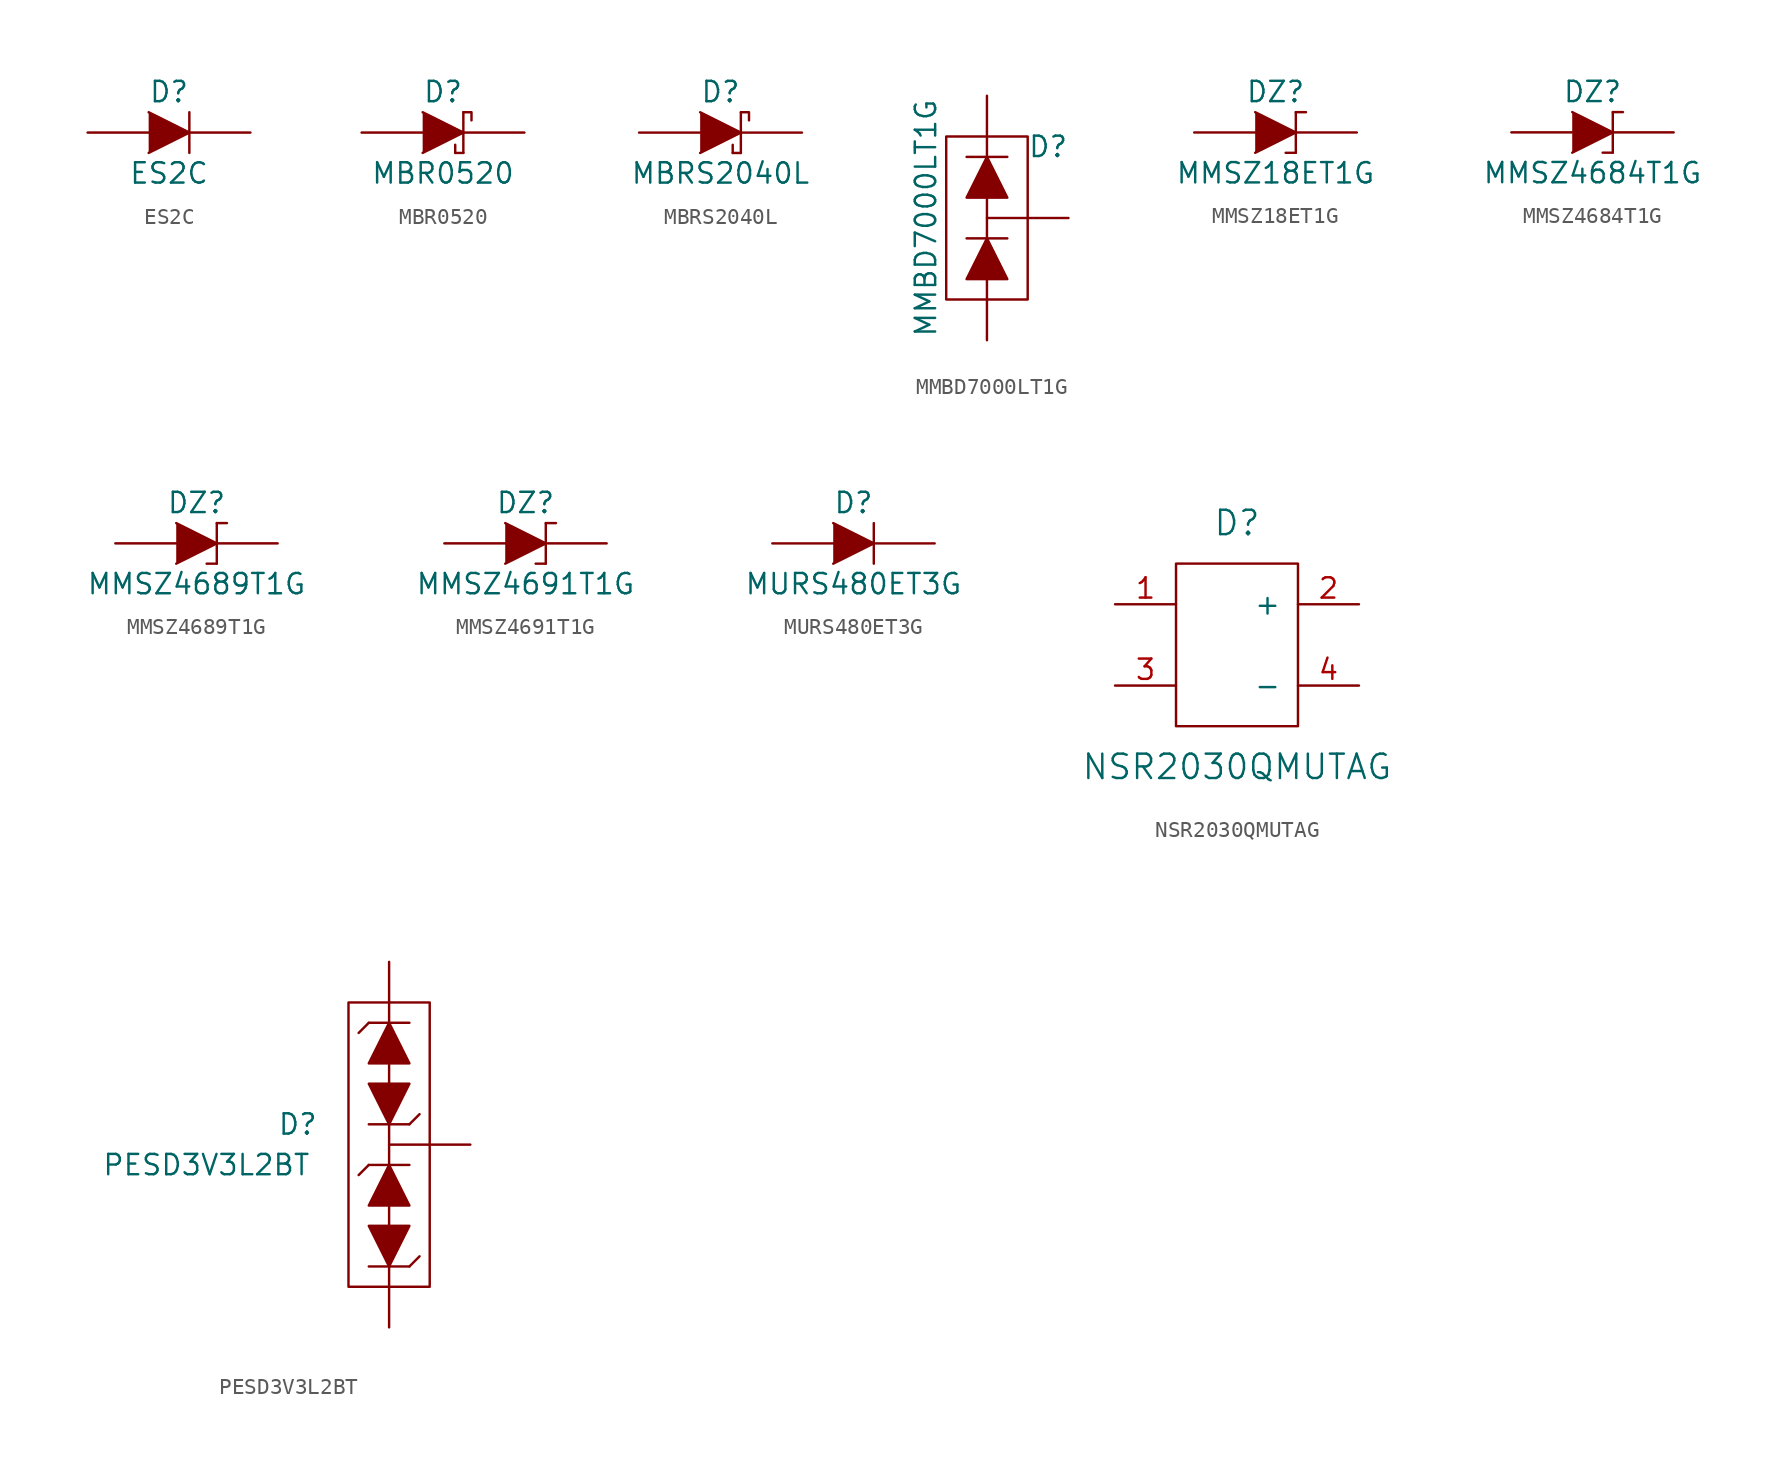
<source format=kicad_sym>
(kicad_symbol_lib
  (version 20201005)
  (generator kicad_symbol_editor)
  (symbol "ES2C"
    (pin_numbers hide)
    (pin_names
      (offset 1.016) hide)
    (property "Reference" "D"
      (at 0 2.54 0)
      (effects (font (size 1.27 1.27))))
    (property "Value" "ES2C"
      (at 0 -2.54 0)
      (effects (font (size 1.27 1.27))))
    (symbol "ES2C_0_1"
      (polyline (pts (xy 1.27 1.27) (xy 1.27 -1.27)) (stroke (width 0.152)) (fill (type none)))
      (polyline (pts (xy -1.27 1.27) (xy 1.27 0) (xy -1.27 -1.27)) (stroke (width 0)) (fill (type outline))))
    (symbol "ES2C_1_1"
      (pin passive line (at -5.08 0 0) (length 3.81) (name "A" (effects (font (size 1.016 1.016)))) (number "1" (effects (font (size 1.016 1.016)))))
      (pin passive line (at 5.08 0 180) (length 3.81) (name "K" (effects (font (size 1.016 1.016)))) (number "2" (effects (font (size 1.016 1.016)))))))
  (symbol "MBR0520"
    (pin_numbers hide)
    (pin_names
      (offset 1.016) hide)
    (property "Reference" "D"
      (at 0 2.54 0)
      (effects (font (size 1.27 1.27))))
    (property "Value" "MBR0520"
      (at 0 -2.54 0)
      (effects (font (size 1.27 1.27))))
    (symbol "MBR0520_0_1"
      (polyline (pts (xy 0.762 -1.27) (xy 0.762 -0.762)) (stroke (width 0)) (fill (type none)))
      (polyline (pts (xy 0.762 -1.27) (xy 1.27 -1.27)) (stroke (width 0)) (fill (type none)))
      (polyline (pts (xy 1.27 1.27) (xy 1.27 -1.27)) (stroke (width 0.152)) (fill (type none)))
      (polyline (pts (xy -1.27 1.27) (xy 1.27 0) (xy -1.27 -1.27)) (stroke (width 0)) (fill (type outline)))
      (polyline (pts (xy 1.27 1.27) (xy 1.778 1.27) (xy 1.778 0.762)) (stroke (width 0)) (fill (type none))))
    (symbol "MBR0520_1_1"
      (pin passive line (at -5.08 0 0) (length 3.81) (name "A" (effects (font (size 1.016 1.016)))) (number "1" (effects (font (size 1.016 1.016)))))
      (pin passive line (at 5.08 0 180) (length 3.81) (name "K" (effects (font (size 1.016 1.016)))) (number "2" (effects (font (size 1.016 1.016)))))))
  (symbol "MBRS2040L"
    (pin_numbers hide)
    (pin_names
      (offset 1.016) hide)
    (property "Reference" "D"
      (at 0 2.54 0)
      (effects (font (size 1.27 1.27))))
    (property "Value" "MBRS2040L"
      (at 0 -2.54 0)
      (effects (font (size 1.27 1.27))))
    (symbol "MBRS2040L_0_1"
      (polyline (pts (xy 0.762 -1.27) (xy 0.762 -0.762)) (stroke (width 0)) (fill (type none)))
      (polyline (pts (xy 0.762 -1.27) (xy 1.27 -1.27)) (stroke (width 0)) (fill (type none)))
      (polyline (pts (xy 1.27 1.27) (xy 1.27 -1.27)) (stroke (width 0.152)) (fill (type none)))
      (polyline (pts (xy -1.27 1.27) (xy 1.27 0) (xy -1.27 -1.27)) (stroke (width 0)) (fill (type outline)))
      (polyline (pts (xy 1.27 1.27) (xy 1.778 1.27) (xy 1.778 0.762)) (stroke (width 0)) (fill (type none))))
    (symbol "MBRS2040L_1_1"
      (pin passive line (at -5.08 0 0) (length 3.81) (name "A" (effects (font (size 1.016 1.016)))) (number "1" (effects (font (size 1.016 1.016)))))
      (pin passive line (at 5.08 0 180) (length 3.81) (name "K" (effects (font (size 1.016 1.016)))) (number "2" (effects (font (size 1.016 1.016)))))))
  (symbol "MMBD7000LT1G"
    (pin_numbers hide)
    (pin_names
      (offset 1.016) hide)
    (property "Reference" "D"
      (at 3.81 4.445 0)
      (effects (font (size 1.27 1.27))))
    (property "Value" "MMBD7000LT1G"
      (at -3.81 0 90)
      (effects (font (size 1.27 1.27))))
    (symbol "MMBD7000LT1G_0_1"
      (rectangle (start -2.54 5.08) (end 2.54 -5.08) (stroke (width 0)) (fill (type none)))
      (polyline (pts (xy -1.27 -1.27) (xy 1.27 -1.27)) (stroke (width 0)) (fill (type none)))
      (polyline (pts (xy -1.27 3.81) (xy 1.27 3.81)) (stroke (width 0)) (fill (type none)))
      (polyline (pts (xy 0 -1.27) (xy 0 1.27)) (stroke (width 0)) (fill (type none)))
      (polyline (pts (xy -1.27 1.27) (xy 1.27 1.27) (xy 0 3.81) (xy -1.27 1.27)) (stroke (width 0)) (fill (type outline)))
      (polyline (pts (xy 0 -1.27) (xy -1.27 -3.81) (xy 1.27 -3.81) (xy 0 -1.27)) (stroke (width 0)) (fill (type outline))))
    (symbol "MMBD7000LT1G_1_1"
      (pin passive line (at 0 -7.62 90) (length 3.81) (name "A" (effects (font (size 1.016 1.016)))) (number "1" (effects (font (size 1.016 1.016)))))
      (pin passive line (at 0 7.62 270) (length 3.81) (name "K" (effects (font (size 1.016 1.016)))) (number "2" (effects (font (size 1.016 1.016)))))
      (pin unspecified line (at 5.08 0 180) (length 5.08) (name "C" (effects (font (size 1.27 1.27)))) (number "3" (effects (font (size 1.27 1.27)))))))
  (symbol "MMSZ18ET1G"
    (pin_numbers hide)
    (pin_names
      (offset 1.016) hide)
    (property "Reference" "DZ"
      (at 0 2.54 0)
      (effects (font (size 1.27 1.27))))
    (property "Value" "MMSZ18ET1G"
      (at 0 -2.54 0)
      (effects (font (size 1.27 1.27))))
    (symbol "MMSZ18ET1G_0_1"
      (polyline (pts (xy 0.635 -1.27) (xy 1.27 -1.27)) (stroke (width 0)) (fill (type none)))
      (polyline (pts (xy 1.27 1.27) (xy 1.27 -1.27)) (stroke (width 0.152)) (fill (type none)))
      (polyline (pts (xy 1.27 1.27) (xy 1.905 1.27)) (stroke (width 0)) (fill (type none)))
      (polyline (pts (xy -1.27 1.27) (xy 1.27 0) (xy -1.27 -1.27)) (stroke (width 0)) (fill (type outline))))
    (symbol "MMSZ18ET1G_1_1"
      (pin passive line (at -5.08 0 0) (length 3.81) (name "A" (effects (font (size 1.016 1.016)))) (number "1" (effects (font (size 1.016 1.016)))))
      (pin passive line (at 5.08 0 180) (length 3.81) (name "K" (effects (font (size 1.016 1.016)))) (number "2" (effects (font (size 1.016 1.016)))))))
  (symbol "MMSZ4684T1G"
    (pin_numbers hide)
    (pin_names
      (offset 1.016) hide)
    (property "Reference" "DZ"
      (at 0 2.54 0)
      (effects (font (size 1.27 1.27))))
    (property "Value" "MMSZ4684T1G"
      (at 0 -2.54 0)
      (effects (font (size 1.27 1.27))))
    (symbol "MMSZ4684T1G_0_1"
      (polyline (pts (xy 0.635 -1.27) (xy 1.27 -1.27)) (stroke (width 0)) (fill (type none)))
      (polyline (pts (xy 1.27 1.27) (xy 1.27 -1.27)) (stroke (width 0.152)) (fill (type none)))
      (polyline (pts (xy 1.27 1.27) (xy 1.905 1.27)) (stroke (width 0)) (fill (type none)))
      (polyline (pts (xy -1.27 1.27) (xy 1.27 0) (xy -1.27 -1.27)) (stroke (width 0)) (fill (type outline))))
    (symbol "MMSZ4684T1G_1_1"
      (pin passive line (at -5.08 0 0) (length 3.81) (name "A" (effects (font (size 1.016 1.016)))) (number "1" (effects (font (size 1.016 1.016)))))
      (pin passive line (at 5.08 0 180) (length 3.81) (name "K" (effects (font (size 1.016 1.016)))) (number "2" (effects (font (size 1.016 1.016)))))))
  (symbol "MMSZ4689T1G"
    (pin_numbers hide)
    (pin_names
      (offset 1.016) hide)
    (property "Reference" "DZ"
      (at 0 2.54 0)
      (effects (font (size 1.27 1.27))))
    (property "Value" "MMSZ4689T1G"
      (at 0 -2.54 0)
      (effects (font (size 1.27 1.27))))
    (symbol "MMSZ4689T1G_0_1"
      (polyline (pts (xy 0.635 -1.27) (xy 1.27 -1.27)) (stroke (width 0)) (fill (type none)))
      (polyline (pts (xy 1.27 1.27) (xy 1.27 -1.27)) (stroke (width 0.152)) (fill (type none)))
      (polyline (pts (xy 1.27 1.27) (xy 1.905 1.27)) (stroke (width 0)) (fill (type none)))
      (polyline (pts (xy -1.27 1.27) (xy 1.27 0) (xy -1.27 -1.27)) (stroke (width 0)) (fill (type outline))))
    (symbol "MMSZ4689T1G_1_1"
      (pin passive line (at -5.08 0 0) (length 3.81) (name "A" (effects (font (size 1.016 1.016)))) (number "1" (effects (font (size 1.016 1.016)))))
      (pin passive line (at 5.08 0 180) (length 3.81) (name "K" (effects (font (size 1.016 1.016)))) (number "2" (effects (font (size 1.016 1.016)))))))
  (symbol "MMSZ4691T1G"
    (pin_numbers hide)
    (pin_names
      (offset 1.016) hide)
    (property "Reference" "DZ"
      (at 0 2.54 0)
      (effects (font (size 1.27 1.27))))
    (property "Value" "MMSZ4691T1G"
      (at 0 -2.54 0)
      (effects (font (size 1.27 1.27))))
    (symbol "MMSZ4691T1G_0_1"
      (polyline (pts (xy 0.635 -1.27) (xy 1.27 -1.27)) (stroke (width 0)) (fill (type none)))
      (polyline (pts (xy 1.27 1.27) (xy 1.27 -1.27)) (stroke (width 0.152)) (fill (type none)))
      (polyline (pts (xy 1.27 1.27) (xy 1.905 1.27)) (stroke (width 0)) (fill (type none)))
      (polyline (pts (xy -1.27 1.27) (xy 1.27 0) (xy -1.27 -1.27)) (stroke (width 0)) (fill (type outline))))
    (symbol "MMSZ4691T1G_1_1"
      (pin passive line (at -5.08 0 0) (length 3.81) (name "A" (effects (font (size 1.016 1.016)))) (number "1" (effects (font (size 1.016 1.016)))))
      (pin passive line (at 5.08 0 180) (length 3.81) (name "K" (effects (font (size 1.016 1.016)))) (number "2" (effects (font (size 1.016 1.016)))))))
  (symbol "MURS480ET3G"
    (pin_numbers hide)
    (pin_names
      (offset 1.016) hide)
    (property "Reference" "D"
      (at 0 2.54 0)
      (effects (font (size 1.27 1.27))))
    (property "Value" "MURS480ET3G"
      (at 0 -2.54 0)
      (effects (font (size 1.27 1.27))))
    (symbol "MURS480ET3G_0_1"
      (polyline (pts (xy 1.27 1.27) (xy 1.27 -1.27)) (stroke (width 0.152)) (fill (type none)))
      (polyline (pts (xy -1.27 1.27) (xy 1.27 0) (xy -1.27 -1.27)) (stroke (width 0)) (fill (type outline))))
    (symbol "MURS480ET3G_1_1"
      (pin passive line (at -5.08 0 0) (length 3.81) (name "A" (effects (font (size 1.016 1.016)))) (number "1" (effects (font (size 1.016 1.016)))))
      (pin passive line (at 5.08 0 180) (length 3.81) (name "K" (effects (font (size 1.016 1.016)))) (number "2" (effects (font (size 1.016 1.016)))))))
  (symbol "NSR2030QMUTAG"
    (pin_names
      (offset 1.016))
    (property "Reference" "D"
      (at 0 7.62 0)
      (effects (font (size 1.524 1.524))))
    (property "Value" "NSR2030QMUTAG"
      (at 0 -7.62 0)
      (effects (font (size 1.524 1.524))))
    (symbol "NSR2030QMUTAG_0_1"
      (rectangle (start -3.81 5.08) (end 3.81 -5.08) (stroke (width 0)) (fill (type none))))
    (symbol "NSR2030QMUTAG_1_1"
      (pin power_in line (at -7.62 2.54 0) (length 3.81) (name "~~" (effects (font (size 1.27 1.27)))) (number "1" (effects (font (size 1.27 1.27)))))
      (pin power_out line (at 7.62 2.54 180) (length 3.81) (name "+" (effects (font (size 1.27 1.27)))) (number "2" (effects (font (size 1.27 1.27)))))
      (pin power_in line (at -7.62 -2.54 0) (length 3.81) (name "~~" (effects (font (size 1.27 1.27)))) (number "3" (effects (font (size 1.27 1.27)))))
      (pin power_out line (at 7.62 -2.54 180) (length 3.81) (name "-" (effects (font (size 1.27 1.27)))) (number "4" (effects (font (size 1.27 1.27)))))))
  (symbol "PESD3V3L2BT"
    (pin_numbers hide)
    (pin_names
      (offset 1.016) hide)
    (property "Reference" "D"
      (at -5.715 1.27 0)
      (effects (font (size 1.27 1.27))))
    (property "Value" "PESD3V3L2BT"
      (at -11.43 -1.27 0)
      (effects (font (size 1.27 1.27))))
    (symbol "PESD3V3L2BT_0_1"
      (rectangle (start -2.54 8.89) (end 2.54 -8.89) (stroke (width 0)) (fill (type none)))
      (polyline (pts (xy -1.27 -7.62) (xy 1.27 -7.62)) (stroke (width 0)) (fill (type none)))
      (polyline (pts (xy -1.27 -1.27) (xy -1.905 -1.905)) (stroke (width 0)) (fill (type none)))
      (polyline (pts (xy -1.27 -1.27) (xy 1.27 -1.27)) (stroke (width 0)) (fill (type none)))
      (polyline (pts (xy -1.27 1.27) (xy 1.27 1.27)) (stroke (width 0)) (fill (type none)))
      (polyline (pts (xy -1.27 7.62) (xy -1.905 6.985)) (stroke (width 0)) (fill (type none)))
      (polyline (pts (xy -1.27 7.62) (xy 1.27 7.62)) (stroke (width 0)) (fill (type none)))
      (polyline (pts (xy 0 -5.08) (xy 0 -3.81)) (stroke (width 0)) (fill (type none)))
      (polyline (pts (xy 0 -1.27) (xy 0 1.27)) (stroke (width 0)) (fill (type none)))
      (polyline (pts (xy 0 5.08) (xy 0 3.81)) (stroke (width 0)) (fill (type none)))
      (polyline (pts (xy 1.27 -7.62) (xy 1.905 -6.985)) (stroke (width 0)) (fill (type none)))
      (polyline (pts (xy 1.27 1.27) (xy 1.905 1.905)) (stroke (width 0)) (fill (type none)))
      (polyline (pts (xy -1.27 -5.08) (xy 1.27 -5.08) (xy 0 -7.62) (xy -1.27 -5.08)) (stroke (width 0)) (fill (type outline)))
      (polyline (pts (xy -1.27 3.81) (xy 1.27 3.81) (xy 0 1.27) (xy -1.27 3.81)) (stroke (width 0)) (fill (type outline)))
      (polyline (pts (xy -1.27 5.08) (xy 1.27 5.08) (xy 0 7.62) (xy -1.27 5.08)) (stroke (width 0)) (fill (type outline)))
      (polyline (pts (xy 0 -1.27) (xy -1.27 -3.81) (xy 1.27 -3.81) (xy 0 -1.27)) (stroke (width 0)) (fill (type outline))))
    (symbol "PESD3V3L2BT_1_1"
      (pin passive line (at 0 11.43 270) (length 3.81) (name "K1" (effects (font (size 1.016 1.016)))) (number "1" (effects (font (size 1.016 1.016)))))
      (pin passive line (at 0 -11.43 90) (length 3.81) (name "K2" (effects (font (size 1.016 1.016)))) (number "2" (effects (font (size 1.016 1.016)))))
      (pin unspecified line (at 5.08 0 180) (length 5.08) (name "K3" (effects (font (size 1.27 1.27)))) (number "3" (effects (font (size 1.27 1.27))))))))
</source>
